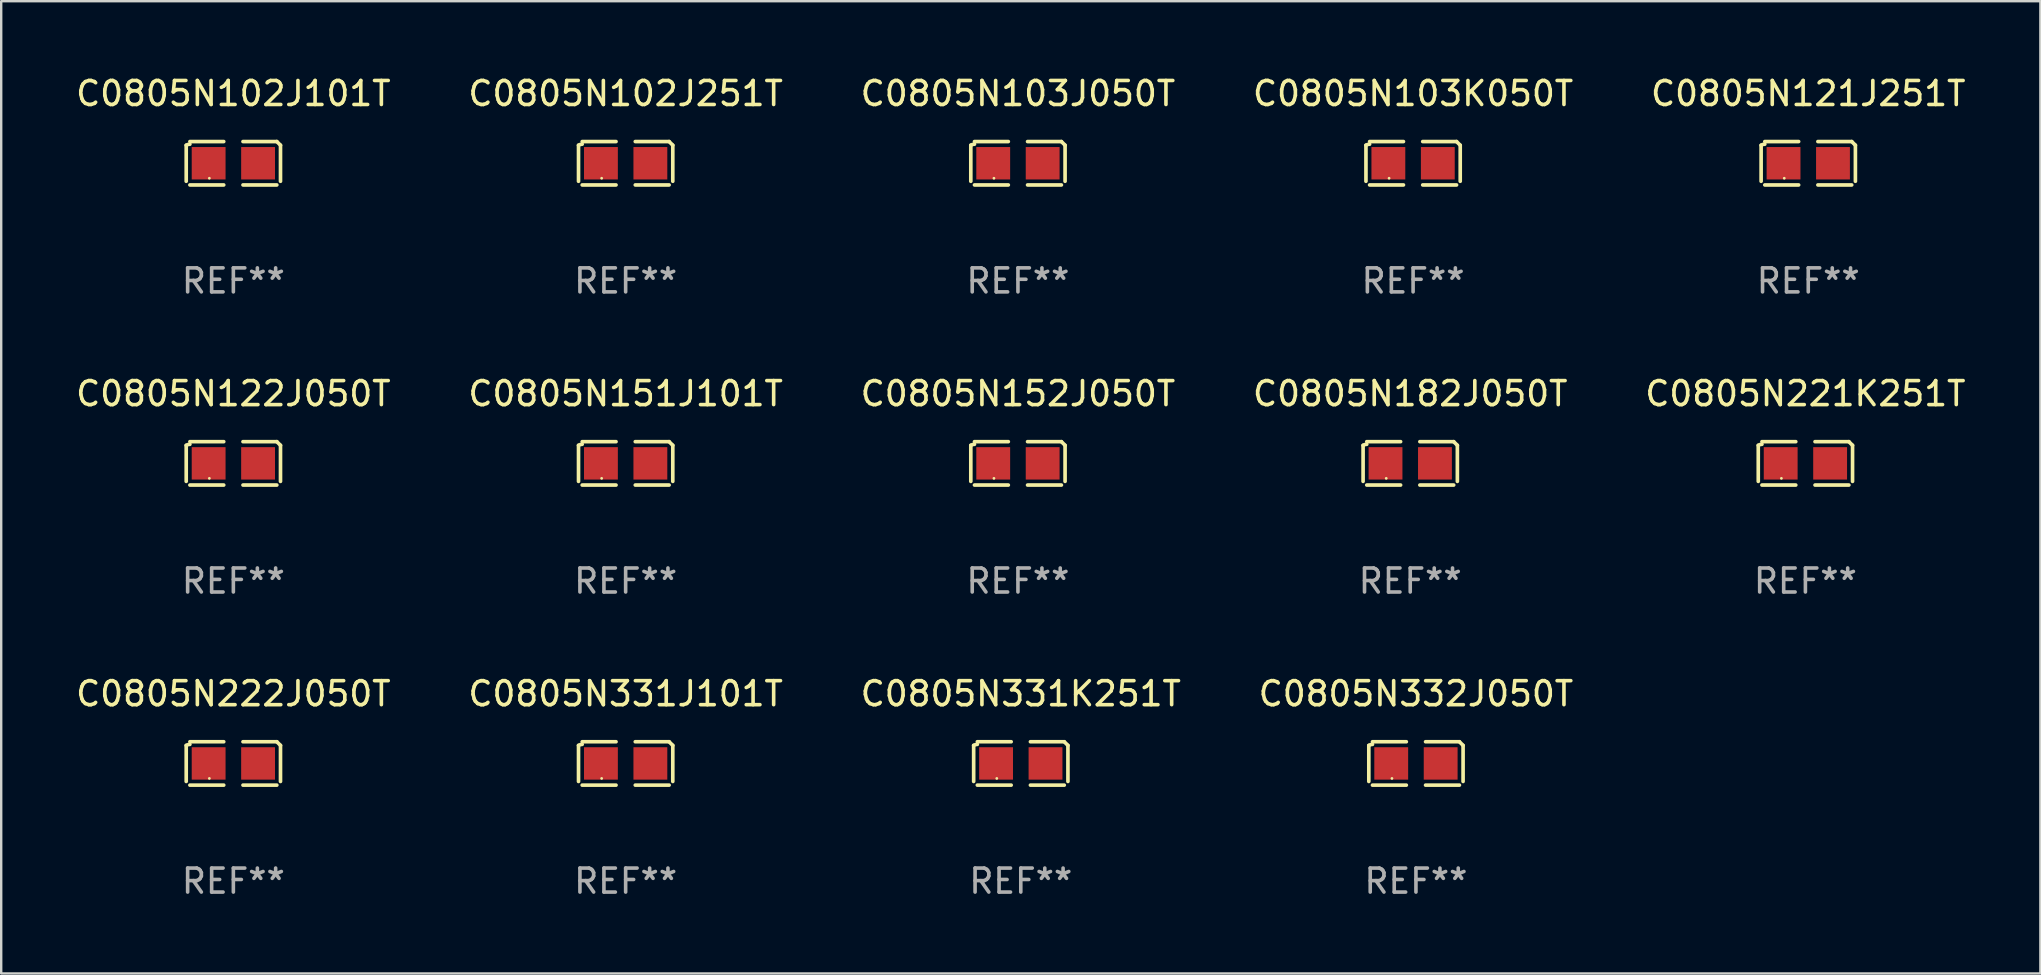
<source format=kicad_pcb>
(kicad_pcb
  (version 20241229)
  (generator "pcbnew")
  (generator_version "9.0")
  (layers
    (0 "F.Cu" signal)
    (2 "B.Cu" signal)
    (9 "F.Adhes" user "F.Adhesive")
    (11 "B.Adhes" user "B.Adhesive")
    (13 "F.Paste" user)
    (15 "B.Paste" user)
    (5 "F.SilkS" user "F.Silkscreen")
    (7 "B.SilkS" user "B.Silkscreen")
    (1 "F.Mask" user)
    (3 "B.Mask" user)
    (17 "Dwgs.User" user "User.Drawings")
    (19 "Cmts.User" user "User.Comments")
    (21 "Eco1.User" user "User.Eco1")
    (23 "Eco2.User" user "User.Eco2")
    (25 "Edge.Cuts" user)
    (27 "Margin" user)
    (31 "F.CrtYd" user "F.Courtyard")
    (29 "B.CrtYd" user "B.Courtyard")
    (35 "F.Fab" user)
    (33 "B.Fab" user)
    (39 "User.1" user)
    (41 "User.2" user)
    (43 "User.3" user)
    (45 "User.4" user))
  (footprint "C0805N222J050T"
    (layer "F.Cu")
    (at 6.673 28.759)
    (property "Reference" "C0805N222J050T" (at 0 -2.904 0) (layer "F.SilkS") (effects (font (size 1 1) (thickness 0.15))))
    (attr through_hole)
    (fp_line (start -1.964 0.751) (end -1.964 -0.751) (stroke (width 0.152) (type solid)) (layer "F.SilkS"))
    (fp_line (start -1.811 -0.904) (end -0.401 -0.904) (stroke (width 0.152) (type solid)) (layer "F.SilkS"))
    (fp_line (start -0.401 0.904) (end -1.811 0.904) (stroke (width 0.152) (type solid)) (layer "F.SilkS"))
    (fp_line (start 0.401 0.904) (end 1.811 0.904) (stroke (width 0.152) (type solid)) (layer "F.SilkS"))
    (fp_line (start 1.811 -0.904) (end 0.401 -0.904) (stroke (width 0.152) (type solid)) (layer "F.SilkS"))
    (fp_line (start 1.964 0.751) (end 1.964 -0.751) (stroke (width 0.152) (type solid)) (layer "F.SilkS"))
    (fp_arc (start -1.963602 -0.751207) (mid -1.890354 -0.783131) (end -1.811201 -0.794044) (stroke (width 0.1524) (type solid)) (layer "F.SilkS"))
    (fp_arc (start 1.811202 -0.903607) (mid 1.887413 -0.827418) (end 1.963602 -0.751207) (stroke (width 0.1524) (type solid)) (layer "F.SilkS"))
    (fp_circle (center -1 0.625) (end -0.97 0.625) (stroke (width 0.06) (type solid)) (fill no) (layer "F.SilkS"))
    (fp_text user "REF**" (at 0 4.904 0) (layer "F.Fab") (effects (font (size 1 1) (thickness 0.15))))
    (pad "1" smd rect (at -1.03 0) (size 1.41 1.35) (layers "F.Cu" "F.Mask" "F.Paste"))
    (pad "2" smd rect (at 1.03 0) (size 1.41 1.35) (layers "F.Cu" "F.Mask" "F.Paste")))
  (footprint "C0805N331J101T"
    (layer "F.Cu")
    (at 23.018 28.759)
    (property "Reference" "C0805N331J101T" (at 0 -2.904 0) (layer "F.SilkS") (effects (font (size 1 1) (thickness 0.15))))
    (attr through_hole)
    (fp_line (start -1.964 0.751) (end -1.964 -0.751) (stroke (width 0.152) (type solid)) (layer "F.SilkS"))
    (fp_line (start -1.811 -0.904) (end -0.401 -0.904) (stroke (width 0.152) (type solid)) (layer "F.SilkS"))
    (fp_line (start -0.401 0.904) (end -1.811 0.904) (stroke (width 0.152) (type solid)) (layer "F.SilkS"))
    (fp_line (start 0.401 0.904) (end 1.811 0.904) (stroke (width 0.152) (type solid)) (layer "F.SilkS"))
    (fp_line (start 1.811 -0.904) (end 0.401 -0.904) (stroke (width 0.152) (type solid)) (layer "F.SilkS"))
    (fp_line (start 1.964 0.751) (end 1.964 -0.751) (stroke (width 0.152) (type solid)) (layer "F.SilkS"))
    (fp_arc (start -1.963602 -0.751207) (mid -1.890354 -0.783131) (end -1.811201 -0.794044) (stroke (width 0.1524) (type solid)) (layer "F.SilkS"))
    (fp_arc (start 1.811202 -0.903607) (mid 1.887413 -0.827418) (end 1.963602 -0.751207) (stroke (width 0.1524) (type solid)) (layer "F.SilkS"))
    (fp_circle (center -1 0.625) (end -0.97 0.625) (stroke (width 0.06) (type solid)) (fill no) (layer "F.SilkS"))
    (fp_text user "REF**" (at 0 4.904 0) (layer "F.Fab") (effects (font (size 1 1) (thickness 0.15))))
    (pad "1" smd rect (at -1.03 0) (size 1.41 1.35) (layers "F.Cu" "F.Mask" "F.Paste"))
    (pad "2" smd rect (at 1.03 0) (size 1.41 1.35) (layers "F.Cu" "F.Mask" "F.Paste")))
  (footprint "C0805N121J251T"
    (layer "F.Cu")
    (at 72.292 3.752)
    (property "Reference" "C0805N121J251T" (at 0 -2.904 0) (layer "F.SilkS") (effects (font (size 1 1) (thickness 0.15))))
    (attr through_hole)
    (fp_line (start -1.964 0.751) (end -1.964 -0.751) (stroke (width 0.152) (type solid)) (layer "F.SilkS"))
    (fp_line (start -1.811 -0.904) (end -0.401 -0.904) (stroke (width 0.152) (type solid)) (layer "F.SilkS"))
    (fp_line (start -0.401 0.904) (end -1.811 0.904) (stroke (width 0.152) (type solid)) (layer "F.SilkS"))
    (fp_line (start 0.401 0.904) (end 1.811 0.904) (stroke (width 0.152) (type solid)) (layer "F.SilkS"))
    (fp_line (start 1.811 -0.904) (end 0.401 -0.904) (stroke (width 0.152) (type solid)) (layer "F.SilkS"))
    (fp_line (start 1.964 0.751) (end 1.964 -0.751) (stroke (width 0.152) (type solid)) (layer "F.SilkS"))
    (fp_arc (start -1.963602 -0.751207) (mid -1.890354 -0.783131) (end -1.811201 -0.794044) (stroke (width 0.1524) (type solid)) (layer "F.SilkS"))
    (fp_arc (start 1.811202 -0.903607) (mid 1.887413 -0.827418) (end 1.963602 -0.751207) (stroke (width 0.1524) (type solid)) (layer "F.SilkS"))
    (fp_circle (center -1 0.625) (end -0.97 0.625) (stroke (width 0.06) (type solid)) (fill no) (layer "F.SilkS"))
    (fp_text user "REF**" (at 0 4.904 0) (layer "F.Fab") (effects (font (size 1 1) (thickness 0.15))))
    (pad "1" smd rect (at -1.03 0) (size 1.41 1.35) (layers "F.Cu" "F.Mask" "F.Paste"))
    (pad "2" smd rect (at 1.03 0) (size 1.41 1.35) (layers "F.Cu" "F.Mask" "F.Paste")))
  (footprint "C0805N122J050T"
    (layer "F.Cu")
    (at 6.673 16.256)
    (property "Reference" "C0805N122J050T" (at 0 -2.904 0) (layer "F.SilkS") (effects (font (size 1 1) (thickness 0.15))))
    (attr through_hole)
    (fp_line (start -1.964 0.751) (end -1.964 -0.751) (stroke (width 0.152) (type solid)) (layer "F.SilkS"))
    (fp_line (start -1.811 -0.904) (end -0.401 -0.904) (stroke (width 0.152) (type solid)) (layer "F.SilkS"))
    (fp_line (start -0.401 0.904) (end -1.811 0.904) (stroke (width 0.152) (type solid)) (layer "F.SilkS"))
    (fp_line (start 0.401 0.904) (end 1.811 0.904) (stroke (width 0.152) (type solid)) (layer "F.SilkS"))
    (fp_line (start 1.811 -0.904) (end 0.401 -0.904) (stroke (width 0.152) (type solid)) (layer "F.SilkS"))
    (fp_line (start 1.964 0.751) (end 1.964 -0.751) (stroke (width 0.152) (type solid)) (layer "F.SilkS"))
    (fp_arc (start -1.963602 -0.751207) (mid -1.890354 -0.783131) (end -1.811201 -0.794044) (stroke (width 0.1524) (type solid)) (layer "F.SilkS"))
    (fp_arc (start 1.811202 -0.903607) (mid 1.887413 -0.827418) (end 1.963602 -0.751207) (stroke (width 0.1524) (type solid)) (layer "F.SilkS"))
    (fp_circle (center -1 0.625) (end -0.97 0.625) (stroke (width 0.06) (type solid)) (fill no) (layer "F.SilkS"))
    (fp_text user "REF**" (at 0 4.904 0) (layer "F.Fab") (effects (font (size 1 1) (thickness 0.15))))
    (pad "1" smd rect (at -1.03 0) (size 1.41 1.35) (layers "F.Cu" "F.Mask" "F.Paste"))
    (pad "2" smd rect (at 1.03 0) (size 1.41 1.35) (layers "F.Cu" "F.Mask" "F.Paste")))
  (footprint "C0805N152J050T"
    (layer "F.Cu")
    (at 39.363 16.256)
    (property "Reference" "C0805N152J050T" (at 0 -2.904 0) (layer "F.SilkS") (effects (font (size 1 1) (thickness 0.15))))
    (attr through_hole)
    (fp_line (start -1.964 0.751) (end -1.964 -0.751) (stroke (width 0.152) (type solid)) (layer "F.SilkS"))
    (fp_line (start -1.811 -0.904) (end -0.401 -0.904) (stroke (width 0.152) (type solid)) (layer "F.SilkS"))
    (fp_line (start -0.401 0.904) (end -1.811 0.904) (stroke (width 0.152) (type solid)) (layer "F.SilkS"))
    (fp_line (start 0.401 0.904) (end 1.811 0.904) (stroke (width 0.152) (type solid)) (layer "F.SilkS"))
    (fp_line (start 1.811 -0.904) (end 0.401 -0.904) (stroke (width 0.152) (type solid)) (layer "F.SilkS"))
    (fp_line (start 1.964 0.751) (end 1.964 -0.751) (stroke (width 0.152) (type solid)) (layer "F.SilkS"))
    (fp_arc (start -1.963602 -0.751207) (mid -1.890354 -0.783131) (end -1.811201 -0.794044) (stroke (width 0.1524) (type solid)) (layer "F.SilkS"))
    (fp_arc (start 1.811202 -0.903607) (mid 1.887413 -0.827418) (end 1.963602 -0.751207) (stroke (width 0.1524) (type solid)) (layer "F.SilkS"))
    (fp_circle (center -1 0.625) (end -0.97 0.625) (stroke (width 0.06) (type solid)) (fill no) (layer "F.SilkS"))
    (fp_text user "REF**" (at 0 4.904 0) (layer "F.Fab") (effects (font (size 1 1) (thickness 0.15))))
    (pad "1" smd rect (at -1.03 0) (size 1.41 1.35) (layers "F.Cu" "F.Mask" "F.Paste"))
    (pad "2" smd rect (at 1.03 0) (size 1.41 1.35) (layers "F.Cu" "F.Mask" "F.Paste")))
  (footprint "C0805N102J101T"
    (layer "F.Cu")
    (at 6.673 3.752)
    (property "Reference" "C0805N102J101T" (at 0 -2.904 0) (layer "F.SilkS") (effects (font (size 1 1) (thickness 0.15))))
    (attr through_hole)
    (fp_line (start -1.964 0.751) (end -1.964 -0.751) (stroke (width 0.152) (type solid)) (layer "F.SilkS"))
    (fp_line (start -1.811 -0.904) (end -0.401 -0.904) (stroke (width 0.152) (type solid)) (layer "F.SilkS"))
    (fp_line (start -0.401 0.904) (end -1.811 0.904) (stroke (width 0.152) (type solid)) (layer "F.SilkS"))
    (fp_line (start 0.401 0.904) (end 1.811 0.904) (stroke (width 0.152) (type solid)) (layer "F.SilkS"))
    (fp_line (start 1.811 -0.904) (end 0.401 -0.904) (stroke (width 0.152) (type solid)) (layer "F.SilkS"))
    (fp_line (start 1.964 0.751) (end 1.964 -0.751) (stroke (width 0.152) (type solid)) (layer "F.SilkS"))
    (fp_arc (start -1.963602 -0.751207) (mid -1.890354 -0.783131) (end -1.811201 -0.794044) (stroke (width 0.1524) (type solid)) (layer "F.SilkS"))
    (fp_arc (start 1.811202 -0.903607) (mid 1.887413 -0.827418) (end 1.963602 -0.751207) (stroke (width 0.1524) (type solid)) (layer "F.SilkS"))
    (fp_circle (center -1 0.625) (end -0.97 0.625) (stroke (width 0.06) (type solid)) (fill no) (layer "F.SilkS"))
    (fp_text user "REF**" (at 0 4.904 0) (layer "F.Fab") (effects (font (size 1 1) (thickness 0.15))))
    (pad "1" smd rect (at -1.03 0) (size 1.41 1.35) (layers "F.Cu" "F.Mask" "F.Paste"))
    (pad "2" smd rect (at 1.03 0) (size 1.41 1.35) (layers "F.Cu" "F.Mask" "F.Paste")))
  (footprint "C0805N332J050T"
    (layer "F.Cu")
    (at 55.946 28.759)
    (property "Reference" "C0805N332J050T" (at 0 -2.904 0) (layer "F.SilkS") (effects (font (size 1 1) (thickness 0.15))))
    (attr through_hole)
    (fp_line (start -1.964 0.751) (end -1.964 -0.751) (stroke (width 0.152) (type solid)) (layer "F.SilkS"))
    (fp_line (start -1.811 -0.904) (end -0.401 -0.904) (stroke (width 0.152) (type solid)) (layer "F.SilkS"))
    (fp_line (start -0.401 0.904) (end -1.811 0.904) (stroke (width 0.152) (type solid)) (layer "F.SilkS"))
    (fp_line (start 0.401 0.904) (end 1.811 0.904) (stroke (width 0.152) (type solid)) (layer "F.SilkS"))
    (fp_line (start 1.811 -0.904) (end 0.401 -0.904) (stroke (width 0.152) (type solid)) (layer "F.SilkS"))
    (fp_line (start 1.964 0.751) (end 1.964 -0.751) (stroke (width 0.152) (type solid)) (layer "F.SilkS"))
    (fp_arc (start -1.963602 -0.751207) (mid -1.890354 -0.783131) (end -1.811201 -0.794044) (stroke (width 0.1524) (type solid)) (layer "F.SilkS"))
    (fp_arc (start 1.811202 -0.903607) (mid 1.887413 -0.827418) (end 1.963602 -0.751207) (stroke (width 0.1524) (type solid)) (layer "F.SilkS"))
    (fp_circle (center -1 0.625) (end -0.97 0.625) (stroke (width 0.06) (type solid)) (fill no) (layer "F.SilkS"))
    (fp_text user "REF**" (at 0 4.904 0) (layer "F.Fab") (effects (font (size 1 1) (thickness 0.15))))
    (pad "1" smd rect (at -1.03 0) (size 1.41 1.35) (layers "F.Cu" "F.Mask" "F.Paste"))
    (pad "2" smd rect (at 1.03 0) (size 1.41 1.35) (layers "F.Cu" "F.Mask" "F.Paste")))
  (footprint "C0805N221K251T"
    (layer "F.Cu")
    (at 72.173 16.256)
    (property "Reference" "C0805N221K251T" (at 0 -2.904 0) (layer "F.SilkS") (effects (font (size 1 1) (thickness 0.15))))
    (attr through_hole)
    (fp_line (start -1.964 0.751) (end -1.964 -0.751) (stroke (width 0.152) (type solid)) (layer "F.SilkS"))
    (fp_line (start -1.811 -0.904) (end -0.401 -0.904) (stroke (width 0.152) (type solid)) (layer "F.SilkS"))
    (fp_line (start -0.401 0.904) (end -1.811 0.904) (stroke (width 0.152) (type solid)) (layer "F.SilkS"))
    (fp_line (start 0.401 0.904) (end 1.811 0.904) (stroke (width 0.152) (type solid)) (layer "F.SilkS"))
    (fp_line (start 1.811 -0.904) (end 0.401 -0.904) (stroke (width 0.152) (type solid)) (layer "F.SilkS"))
    (fp_line (start 1.964 0.751) (end 1.964 -0.751) (stroke (width 0.152) (type solid)) (layer "F.SilkS"))
    (fp_arc (start -1.963602 -0.751207) (mid -1.890354 -0.783131) (end -1.811201 -0.794044) (stroke (width 0.1524) (type solid)) (layer "F.SilkS"))
    (fp_arc (start 1.811202 -0.903607) (mid 1.887413 -0.827418) (end 1.963602 -0.751207) (stroke (width 0.1524) (type solid)) (layer "F.SilkS"))
    (fp_circle (center -1 0.625) (end -0.97 0.625) (stroke (width 0.06) (type solid)) (fill no) (layer "F.SilkS"))
    (fp_text user "REF**" (at 0 4.904 0) (layer "F.Fab") (effects (font (size 1 1) (thickness 0.15))))
    (pad "1" smd rect (at -1.03 0) (size 1.41 1.35) (layers "F.Cu" "F.Mask" "F.Paste"))
    (pad "2" smd rect (at 1.03 0) (size 1.41 1.35) (layers "F.Cu" "F.Mask" "F.Paste")))
  (footprint "C0805N102J251T"
    (layer "F.Cu")
    (at 23.018 3.752)
    (property "Reference" "C0805N102J251T" (at 0 -2.904 0) (layer "F.SilkS") (effects (font (size 1 1) (thickness 0.15))))
    (attr through_hole)
    (fp_line (start -1.964 0.751) (end -1.964 -0.751) (stroke (width 0.152) (type solid)) (layer "F.SilkS"))
    (fp_line (start -1.811 -0.904) (end -0.401 -0.904) (stroke (width 0.152) (type solid)) (layer "F.SilkS"))
    (fp_line (start -0.401 0.904) (end -1.811 0.904) (stroke (width 0.152) (type solid)) (layer "F.SilkS"))
    (fp_line (start 0.401 0.904) (end 1.811 0.904) (stroke (width 0.152) (type solid)) (layer "F.SilkS"))
    (fp_line (start 1.811 -0.904) (end 0.401 -0.904) (stroke (width 0.152) (type solid)) (layer "F.SilkS"))
    (fp_line (start 1.964 0.751) (end 1.964 -0.751) (stroke (width 0.152) (type solid)) (layer "F.SilkS"))
    (fp_arc (start -1.963602 -0.751207) (mid -1.890354 -0.783131) (end -1.811201 -0.794044) (stroke (width 0.1524) (type solid)) (layer "F.SilkS"))
    (fp_arc (start 1.811202 -0.903607) (mid 1.887413 -0.827418) (end 1.963602 -0.751207) (stroke (width 0.1524) (type solid)) (layer "F.SilkS"))
    (fp_circle (center -1 0.625) (end -0.97 0.625) (stroke (width 0.06) (type solid)) (fill no) (layer "F.SilkS"))
    (fp_text user "REF**" (at 0 4.904 0) (layer "F.Fab") (effects (font (size 1 1) (thickness 0.15))))
    (pad "1" smd rect (at -1.03 0) (size 1.41 1.35) (layers "F.Cu" "F.Mask" "F.Paste"))
    (pad "2" smd rect (at 1.03 0) (size 1.41 1.35) (layers "F.Cu" "F.Mask" "F.Paste")))
  (footprint "C0805N103J050T"
    (layer "F.Cu")
    (at 39.363 3.752)
    (property "Reference" "C0805N103J050T" (at 0 -2.904 0) (layer "F.SilkS") (effects (font (size 1 1) (thickness 0.15))))
    (attr through_hole)
    (fp_line (start -1.964 0.751) (end -1.964 -0.751) (stroke (width 0.152) (type solid)) (layer "F.SilkS"))
    (fp_line (start -1.811 -0.904) (end -0.401 -0.904) (stroke (width 0.152) (type solid)) (layer "F.SilkS"))
    (fp_line (start -0.401 0.904) (end -1.811 0.904) (stroke (width 0.152) (type solid)) (layer "F.SilkS"))
    (fp_line (start 0.401 0.904) (end 1.811 0.904) (stroke (width 0.152) (type solid)) (layer "F.SilkS"))
    (fp_line (start 1.811 -0.904) (end 0.401 -0.904) (stroke (width 0.152) (type solid)) (layer "F.SilkS"))
    (fp_line (start 1.964 0.751) (end 1.964 -0.751) (stroke (width 0.152) (type solid)) (layer "F.SilkS"))
    (fp_arc (start -1.963602 -0.751207) (mid -1.890354 -0.783131) (end -1.811201 -0.794044) (stroke (width 0.1524) (type solid)) (layer "F.SilkS"))
    (fp_arc (start 1.811202 -0.903607) (mid 1.887413 -0.827418) (end 1.963602 -0.751207) (stroke (width 0.1524) (type solid)) (layer "F.SilkS"))
    (fp_circle (center -1 0.625) (end -0.97 0.625) (stroke (width 0.06) (type solid)) (fill no) (layer "F.SilkS"))
    (fp_text user "REF**" (at 0 4.904 0) (layer "F.Fab") (effects (font (size 1 1) (thickness 0.15))))
    (pad "1" smd rect (at -1.03 0) (size 1.41 1.35) (layers "F.Cu" "F.Mask" "F.Paste"))
    (pad "2" smd rect (at 1.03 0) (size 1.41 1.35) (layers "F.Cu" "F.Mask" "F.Paste")))
  (footprint "C0805N151J101T"
    (layer "F.Cu")
    (at 23.018 16.256)
    (property "Reference" "C0805N151J101T" (at 0 -2.904 0) (layer "F.SilkS") (effects (font (size 1 1) (thickness 0.15))))
    (attr through_hole)
    (fp_line (start -1.964 0.751) (end -1.964 -0.751) (stroke (width 0.152) (type solid)) (layer "F.SilkS"))
    (fp_line (start -1.811 -0.904) (end -0.401 -0.904) (stroke (width 0.152) (type solid)) (layer "F.SilkS"))
    (fp_line (start -0.401 0.904) (end -1.811 0.904) (stroke (width 0.152) (type solid)) (layer "F.SilkS"))
    (fp_line (start 0.401 0.904) (end 1.811 0.904) (stroke (width 0.152) (type solid)) (layer "F.SilkS"))
    (fp_line (start 1.811 -0.904) (end 0.401 -0.904) (stroke (width 0.152) (type solid)) (layer "F.SilkS"))
    (fp_line (start 1.964 0.751) (end 1.964 -0.751) (stroke (width 0.152) (type solid)) (layer "F.SilkS"))
    (fp_arc (start -1.963602 -0.751207) (mid -1.890354 -0.783131) (end -1.811201 -0.794044) (stroke (width 0.1524) (type solid)) (layer "F.SilkS"))
    (fp_arc (start 1.811202 -0.903607) (mid 1.887413 -0.827418) (end 1.963602 -0.751207) (stroke (width 0.1524) (type solid)) (layer "F.SilkS"))
    (fp_circle (center -1 0.625) (end -0.97 0.625) (stroke (width 0.06) (type solid)) (fill no) (layer "F.SilkS"))
    (fp_text user "REF**" (at 0 4.904 0) (layer "F.Fab") (effects (font (size 1 1) (thickness 0.15))))
    (pad "1" smd rect (at -1.03 0) (size 1.41 1.35) (layers "F.Cu" "F.Mask" "F.Paste"))
    (pad "2" smd rect (at 1.03 0) (size 1.41 1.35) (layers "F.Cu" "F.Mask" "F.Paste")))
  (footprint "C0805N331K251T"
    (layer "F.Cu")
    (at 39.482 28.759)
    (property "Reference" "C0805N331K251T" (at 0 -2.904 0) (layer "F.SilkS") (effects (font (size 1 1) (thickness 0.15))))
    (attr through_hole)
    (fp_line (start -1.964 0.751) (end -1.964 -0.751) (stroke (width 0.152) (type solid)) (layer "F.SilkS"))
    (fp_line (start -1.811 -0.904) (end -0.401 -0.904) (stroke (width 0.152) (type solid)) (layer "F.SilkS"))
    (fp_line (start -0.401 0.904) (end -1.811 0.904) (stroke (width 0.152) (type solid)) (layer "F.SilkS"))
    (fp_line (start 0.401 0.904) (end 1.811 0.904) (stroke (width 0.152) (type solid)) (layer "F.SilkS"))
    (fp_line (start 1.811 -0.904) (end 0.401 -0.904) (stroke (width 0.152) (type solid)) (layer "F.SilkS"))
    (fp_line (start 1.964 0.751) (end 1.964 -0.751) (stroke (width 0.152) (type solid)) (layer "F.SilkS"))
    (fp_arc (start -1.963602 -0.751207) (mid -1.890354 -0.783131) (end -1.811201 -0.794044) (stroke (width 0.1524) (type solid)) (layer "F.SilkS"))
    (fp_arc (start 1.811202 -0.903607) (mid 1.887413 -0.827418) (end 1.963602 -0.751207) (stroke (width 0.1524) (type solid)) (layer "F.SilkS"))
    (fp_circle (center -1 0.625) (end -0.97 0.625) (stroke (width 0.06) (type solid)) (fill no) (layer "F.SilkS"))
    (fp_text user "REF**" (at 0 4.904 0) (layer "F.Fab") (effects (font (size 1 1) (thickness 0.15))))
    (pad "1" smd rect (at -1.03 0) (size 1.41 1.35) (layers "F.Cu" "F.Mask" "F.Paste"))
    (pad "2" smd rect (at 1.03 0) (size 1.41 1.35) (layers "F.Cu" "F.Mask" "F.Paste")))
  (footprint "C0805N103K050T"
    (layer "F.Cu")
    (at 55.827 3.752)
    (property "Reference" "C0805N103K050T" (at 0 -2.904 0) (layer "F.SilkS") (effects (font (size 1 1) (thickness 0.15))))
    (attr through_hole)
    (fp_line (start -1.964 0.751) (end -1.964 -0.751) (stroke (width 0.152) (type solid)) (layer "F.SilkS"))
    (fp_line (start -1.811 -0.904) (end -0.401 -0.904) (stroke (width 0.152) (type solid)) (layer "F.SilkS"))
    (fp_line (start -0.401 0.904) (end -1.811 0.904) (stroke (width 0.152) (type solid)) (layer "F.SilkS"))
    (fp_line (start 0.401 0.904) (end 1.811 0.904) (stroke (width 0.152) (type solid)) (layer "F.SilkS"))
    (fp_line (start 1.811 -0.904) (end 0.401 -0.904) (stroke (width 0.152) (type solid)) (layer "F.SilkS"))
    (fp_line (start 1.964 0.751) (end 1.964 -0.751) (stroke (width 0.152) (type solid)) (layer "F.SilkS"))
    (fp_arc (start -1.963602 -0.751207) (mid -1.890354 -0.783131) (end -1.811201 -0.794044) (stroke (width 0.1524) (type solid)) (layer "F.SilkS"))
    (fp_arc (start 1.811202 -0.903607) (mid 1.887413 -0.827418) (end 1.963602 -0.751207) (stroke (width 0.1524) (type solid)) (layer "F.SilkS"))
    (fp_circle (center -1 0.625) (end -0.97 0.625) (stroke (width 0.06) (type solid)) (fill no) (layer "F.SilkS"))
    (fp_text user "REF**" (at 0 4.904 0) (layer "F.Fab") (effects (font (size 1 1) (thickness 0.15))))
    (pad "1" smd rect (at -1.03 0) (size 1.41 1.35) (layers "F.Cu" "F.Mask" "F.Paste"))
    (pad "2" smd rect (at 1.03 0) (size 1.41 1.35) (layers "F.Cu" "F.Mask" "F.Paste")))
  (footprint "C0805N182J050T"
    (layer "F.Cu")
    (at 55.708 16.256)
    (property "Reference" "C0805N182J050T" (at 0 -2.904 0) (layer "F.SilkS") (effects (font (size 1 1) (thickness 0.15))))
    (attr through_hole)
    (fp_line (start -1.964 0.751) (end -1.964 -0.751) (stroke (width 0.152) (type solid)) (layer "F.SilkS"))
    (fp_line (start -1.811 -0.904) (end -0.401 -0.904) (stroke (width 0.152) (type solid)) (layer "F.SilkS"))
    (fp_line (start -0.401 0.904) (end -1.811 0.904) (stroke (width 0.152) (type solid)) (layer "F.SilkS"))
    (fp_line (start 0.401 0.904) (end 1.811 0.904) (stroke (width 0.152) (type solid)) (layer "F.SilkS"))
    (fp_line (start 1.811 -0.904) (end 0.401 -0.904) (stroke (width 0.152) (type solid)) (layer "F.SilkS"))
    (fp_line (start 1.964 0.751) (end 1.964 -0.751) (stroke (width 0.152) (type solid)) (layer "F.SilkS"))
    (fp_arc (start -1.963602 -0.751207) (mid -1.890354 -0.783131) (end -1.811201 -0.794044) (stroke (width 0.1524) (type solid)) (layer "F.SilkS"))
    (fp_arc (start 1.811202 -0.903607) (mid 1.887413 -0.827418) (end 1.963602 -0.751207) (stroke (width 0.1524) (type solid)) (layer "F.SilkS"))
    (fp_circle (center -1 0.625) (end -0.97 0.625) (stroke (width 0.06) (type solid)) (fill no) (layer "F.SilkS"))
    (fp_text user "REF**" (at 0 4.904 0) (layer "F.Fab") (effects (font (size 1 1) (thickness 0.15))))
    (pad "1" smd rect (at -1.03 0) (size 1.41 1.35) (layers "F.Cu" "F.Mask" "F.Paste"))
    (pad "2" smd rect (at 1.03 0) (size 1.41 1.35) (layers "F.Cu" "F.Mask" "F.Paste")))
  (gr_rect
    (start -3 -3)
    (end 81.964 37.511)
    (stroke (width 0.1) (type default))
    (fill no)
    (layer "Edge.Cuts")))
</source>
